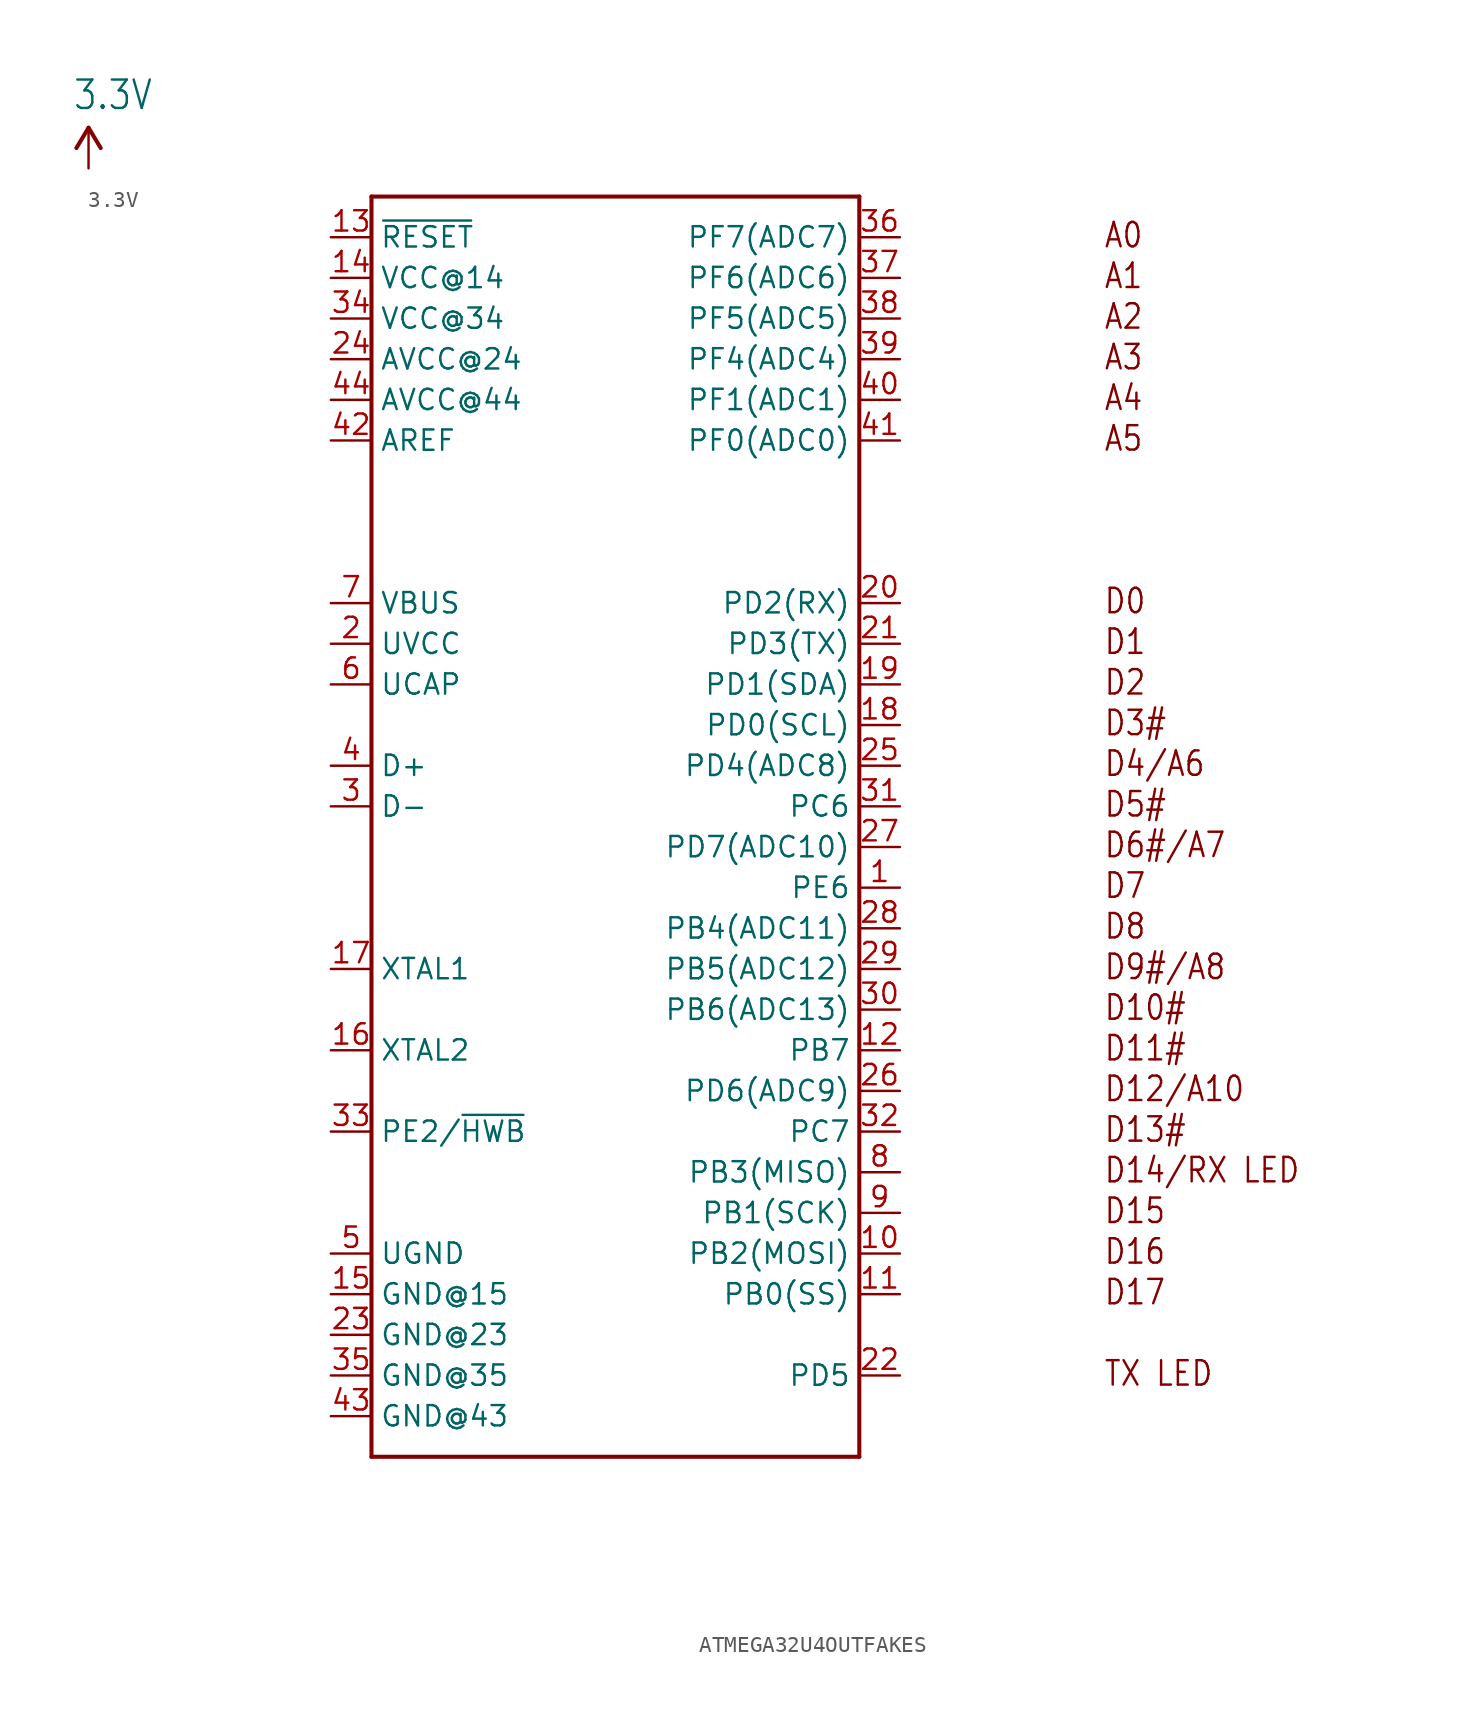
<source format=kicad_sym>
(kicad_symbol_lib
  (version 20220914)
  (generator kicad_symbol_editor)
  (symbol "3.3V"
    (power)
    (property "Reference" "#P+"
      (at 0 0 0)
      (effects (font (size 1.27 1.27)) hide))
    (property "Value" "3.3V"
      (at -1.016 3.556 0)
      (effects (font (size 1.778 1.511)) (justify left bottom)))
    (property "ki_locked" ""
      (at 0 0 0)
      (effects (font (size 1.27 1.27))))
    (symbol "3.3V_1_0"
      (polyline (pts (xy 0 2.54) (xy -0.762 1.27)) (stroke (width 0.254) (type solid)) (fill (type none)))
      (polyline (pts (xy 0.762 1.27) (xy 0 2.54)) (stroke (width 0.254) (type solid)) (fill (type none)))
      (pin power_in line (at 0 0 90) (length 2.54) (name "3.3V" (effects (font (size 0 0)))) (number "1" (effects (font (size 0 0)))))))
  (symbol "ATMEGA32U4OUTFAKES"
    (property "Reference" ""
      (at -15.24 38.1 0)
      (effects (font (size 1.778 1.511)) (justify left bottom) hide))
    (property "Value" ""
      (at -15.24 -43.18 0)
      (effects (font (size 1.778 1.511)) (justify left bottom)))
    (property "ki_locked" ""
      (at 0 0 0)
      (effects (font (size 1.27 1.27))))
    (symbol "ATMEGA32U4OUTFAKES_1_0"
      (polyline (pts (xy -15.24 -40.64) (xy 15.24 -40.64)) (stroke (width 0.254) (type solid)) (fill (type none)))
      (polyline (pts (xy -15.24 38.1) (xy -15.24 -40.64)) (stroke (width 0.254) (type solid)) (fill (type none)))
      (polyline (pts (xy 15.24 -40.64) (xy 15.24 38.1)) (stroke (width 0.254) (type solid)) (fill (type none)))
      (polyline (pts (xy 15.24 38.1) (xy -15.24 38.1)) (stroke (width 0.254) (type solid)) (fill (type none)))
      (text "A0" (at 30.48 34.798 0) (effects (font (size 1.524 1.295)) (justify left bottom)))
      (text "A1" (at 30.48 32.258 0) (effects (font (size 1.524 1.295)) (justify left bottom)))
      (text "A2" (at 30.48 29.718 0) (effects (font (size 1.524 1.295)) (justify left bottom)))
      (text "A3" (at 30.48 27.178 0) (effects (font (size 1.524 1.295)) (justify left bottom)))
      (text "A4" (at 30.48 24.638 0) (effects (font (size 1.524 1.295)) (justify left bottom)))
      (text "A5" (at 30.48 22.098 0) (effects (font (size 1.524 1.295)) (justify left bottom)))
      (text "D0" (at 30.48 11.938 0) (effects (font (size 1.524 1.295)) (justify left bottom)))
      (text "D1" (at 30.48 9.398 0) (effects (font (size 1.524 1.295)) (justify left bottom)))
      (text "D10#" (at 30.48 -13.462 0) (effects (font (size 1.524 1.295)) (justify left bottom)))
      (text "D11#" (at 30.48 -16.002 0) (effects (font (size 1.524 1.295)) (justify left bottom)))
      (text "D12/A10" (at 30.48 -18.542 0) (effects (font (size 1.524 1.295)) (justify left bottom)))
      (text "D13#" (at 30.48 -21.082 0) (effects (font (size 1.524 1.295)) (justify left bottom)))
      (text "D14/RX LED" (at 30.48 -23.622 0) (effects (font (size 1.524 1.295)) (justify left bottom)))
      (text "D15" (at 30.48 -26.162 0) (effects (font (size 1.524 1.295)) (justify left bottom)))
      (text "D16" (at 30.48 -28.702 0) (effects (font (size 1.524 1.295)) (justify left bottom)))
      (text "D17" (at 30.48 -31.242 0) (effects (font (size 1.524 1.295)) (justify left bottom)))
      (text "D2" (at 30.48 6.858 0) (effects (font (size 1.524 1.295)) (justify left bottom)))
      (text "D3#" (at 30.48 4.318 0) (effects (font (size 1.524 1.295)) (justify left bottom)))
      (text "D4/A6" (at 30.48 1.778 0) (effects (font (size 1.524 1.295)) (justify left bottom)))
      (text "D5#" (at 30.48 -0.762 0) (effects (font (size 1.524 1.295)) (justify left bottom)))
      (text "D6#/A7" (at 30.48 -3.302 0) (effects (font (size 1.524 1.295)) (justify left bottom)))
      (text "D7" (at 30.48 -5.842 0) (effects (font (size 1.524 1.295)) (justify left bottom)))
      (text "D8" (at 30.48 -8.382 0) (effects (font (size 1.524 1.295)) (justify left bottom)))
      (text "D9#/A8" (at 30.48 -10.922 0) (effects (font (size 1.524 1.295)) (justify left bottom)))
      (text "TX LED" (at 30.48 -36.322 0) (effects (font (size 1.524 1.295)) (justify left bottom)))
      (pin bidirectional line (at 17.78 -5.08 180) (length 2.54) (name "PE6" (effects (font (size 1.27 1.27)))) (number "1" (effects (font (size 1.27 1.27)))))
      (pin bidirectional line (at 17.78 -27.94 180) (length 2.54) (name "PB2(MOSI)" (effects (font (size 1.27 1.27)))) (number "10" (effects (font (size 1.27 1.27)))))
      (pin bidirectional line (at 17.78 -30.48 180) (length 2.54) (name "PB0(SS)" (effects (font (size 1.27 1.27)))) (number "11" (effects (font (size 1.27 1.27)))))
      (pin bidirectional line (at 17.78 -15.24 180) (length 2.54) (name "PB7" (effects (font (size 1.27 1.27)))) (number "12" (effects (font (size 1.27 1.27)))))
      (pin bidirectional line (at -17.78 35.56 0) (length 2.54) (name "~{RESET}" (effects (font (size 1.27 1.27)))) (number "13" (effects (font (size 1.27 1.27)))))
      (pin bidirectional line (at -17.78 33.02 0) (length 2.54) (name "VCC@14" (effects (font (size 1.27 1.27)))) (number "14" (effects (font (size 1.27 1.27)))))
      (pin bidirectional line (at -17.78 -30.48 0) (length 2.54) (name "GND@15" (effects (font (size 1.27 1.27)))) (number "15" (effects (font (size 1.27 1.27)))))
      (pin bidirectional line (at -17.78 -15.24 0) (length 2.54) (name "XTAL2" (effects (font (size 1.27 1.27)))) (number "16" (effects (font (size 1.27 1.27)))))
      (pin bidirectional line (at -17.78 -10.16 0) (length 2.54) (name "XTAL1" (effects (font (size 1.27 1.27)))) (number "17" (effects (font (size 1.27 1.27)))))
      (pin bidirectional line (at 17.78 5.08 180) (length 2.54) (name "PD0(SCL)" (effects (font (size 1.27 1.27)))) (number "18" (effects (font (size 1.27 1.27)))))
      (pin bidirectional line (at 17.78 7.62 180) (length 2.54) (name "PD1(SDA)" (effects (font (size 1.27 1.27)))) (number "19" (effects (font (size 1.27 1.27)))))
      (pin bidirectional line (at -17.78 10.16 0) (length 2.54) (name "UVCC" (effects (font (size 1.27 1.27)))) (number "2" (effects (font (size 1.27 1.27)))))
      (pin bidirectional line (at 17.78 12.7 180) (length 2.54) (name "PD2(RX)" (effects (font (size 1.27 1.27)))) (number "20" (effects (font (size 1.27 1.27)))))
      (pin bidirectional line (at 17.78 10.16 180) (length 2.54) (name "PD3(TX)" (effects (font (size 1.27 1.27)))) (number "21" (effects (font (size 1.27 1.27)))))
      (pin bidirectional line (at 17.78 -35.56 180) (length 2.54) (name "PD5" (effects (font (size 1.27 1.27)))) (number "22" (effects (font (size 1.27 1.27)))))
      (pin bidirectional line (at -17.78 -33.02 0) (length 2.54) (name "GND@23" (effects (font (size 1.27 1.27)))) (number "23" (effects (font (size 1.27 1.27)))))
      (pin bidirectional line (at -17.78 27.94 0) (length 2.54) (name "AVCC@24" (effects (font (size 1.27 1.27)))) (number "24" (effects (font (size 1.27 1.27)))))
      (pin bidirectional line (at 17.78 2.54 180) (length 2.54) (name "PD4(ADC8)" (effects (font (size 1.27 1.27)))) (number "25" (effects (font (size 1.27 1.27)))))
      (pin bidirectional line (at 17.78 -17.78 180) (length 2.54) (name "PD6(ADC9)" (effects (font (size 1.27 1.27)))) (number "26" (effects (font (size 1.27 1.27)))))
      (pin bidirectional line (at 17.78 -2.54 180) (length 2.54) (name "PD7(ADC10)" (effects (font (size 1.27 1.27)))) (number "27" (effects (font (size 1.27 1.27)))))
      (pin bidirectional line (at 17.78 -7.62 180) (length 2.54) (name "PB4(ADC11)" (effects (font (size 1.27 1.27)))) (number "28" (effects (font (size 1.27 1.27)))))
      (pin bidirectional line (at 17.78 -10.16 180) (length 2.54) (name "PB5(ADC12)" (effects (font (size 1.27 1.27)))) (number "29" (effects (font (size 1.27 1.27)))))
      (pin bidirectional line (at -17.78 0 0) (length 2.54) (name "D-" (effects (font (size 1.27 1.27)))) (number "3" (effects (font (size 1.27 1.27)))))
      (pin bidirectional line (at 17.78 -12.7 180) (length 2.54) (name "PB6(ADC13)" (effects (font (size 1.27 1.27)))) (number "30" (effects (font (size 1.27 1.27)))))
      (pin bidirectional line (at 17.78 0 180) (length 2.54) (name "PC6" (effects (font (size 1.27 1.27)))) (number "31" (effects (font (size 1.27 1.27)))))
      (pin bidirectional line (at 17.78 -20.32 180) (length 2.54) (name "PC7" (effects (font (size 1.27 1.27)))) (number "32" (effects (font (size 1.27 1.27)))))
      (pin bidirectional line (at -17.78 -20.32 0) (length 2.54) (name "PE2/~{HWB}" (effects (font (size 1.27 1.27)))) (number "33" (effects (font (size 1.27 1.27)))))
      (pin bidirectional line (at -17.78 30.48 0) (length 2.54) (name "VCC@34" (effects (font (size 1.27 1.27)))) (number "34" (effects (font (size 1.27 1.27)))))
      (pin bidirectional line (at -17.78 -35.56 0) (length 2.54) (name "GND@35" (effects (font (size 1.27 1.27)))) (number "35" (effects (font (size 1.27 1.27)))))
      (pin bidirectional line (at 17.78 35.56 180) (length 2.54) (name "PF7(ADC7)" (effects (font (size 1.27 1.27)))) (number "36" (effects (font (size 1.27 1.27)))))
      (pin bidirectional line (at 17.78 33.02 180) (length 2.54) (name "PF6(ADC6)" (effects (font (size 1.27 1.27)))) (number "37" (effects (font (size 1.27 1.27)))))
      (pin bidirectional line (at 17.78 30.48 180) (length 2.54) (name "PF5(ADC5)" (effects (font (size 1.27 1.27)))) (number "38" (effects (font (size 1.27 1.27)))))
      (pin bidirectional line (at 17.78 27.94 180) (length 2.54) (name "PF4(ADC4)" (effects (font (size 1.27 1.27)))) (number "39" (effects (font (size 1.27 1.27)))))
      (pin bidirectional line (at -17.78 2.54 0) (length 2.54) (name "D+" (effects (font (size 1.27 1.27)))) (number "4" (effects (font (size 1.27 1.27)))))
      (pin bidirectional line (at 17.78 25.4 180) (length 2.54) (name "PF1(ADC1)" (effects (font (size 1.27 1.27)))) (number "40" (effects (font (size 1.27 1.27)))))
      (pin bidirectional line (at 17.78 22.86 180) (length 2.54) (name "PF0(ADC0)" (effects (font (size 1.27 1.27)))) (number "41" (effects (font (size 1.27 1.27)))))
      (pin bidirectional line (at -17.78 22.86 0) (length 2.54) (name "AREF" (effects (font (size 1.27 1.27)))) (number "42" (effects (font (size 1.27 1.27)))))
      (pin bidirectional line (at -17.78 -38.1 0) (length 2.54) (name "GND@43" (effects (font (size 1.27 1.27)))) (number "43" (effects (font (size 1.27 1.27)))))
      (pin bidirectional line (at -17.78 25.4 0) (length 2.54) (name "AVCC@44" (effects (font (size 1.27 1.27)))) (number "44" (effects (font (size 1.27 1.27)))))
      (pin bidirectional line (at -17.78 -27.94 0) (length 2.54) (name "UGND" (effects (font (size 1.27 1.27)))) (number "5" (effects (font (size 1.27 1.27)))))
      (pin bidirectional line (at -17.78 7.62 0) (length 2.54) (name "UCAP" (effects (font (size 1.27 1.27)))) (number "6" (effects (font (size 1.27 1.27)))))
      (pin bidirectional line (at -17.78 12.7 0) (length 2.54) (name "VBUS" (effects (font (size 1.27 1.27)))) (number "7" (effects (font (size 1.27 1.27)))))
      (pin bidirectional line (at 17.78 -22.86 180) (length 2.54) (name "PB3(MISO)" (effects (font (size 1.27 1.27)))) (number "8" (effects (font (size 1.27 1.27)))))
      (pin bidirectional line (at 17.78 -25.4 180) (length 2.54) (name "PB1(SCK)" (effects (font (size 1.27 1.27)))) (number "9" (effects (font (size 1.27 1.27))))))))
</source>
